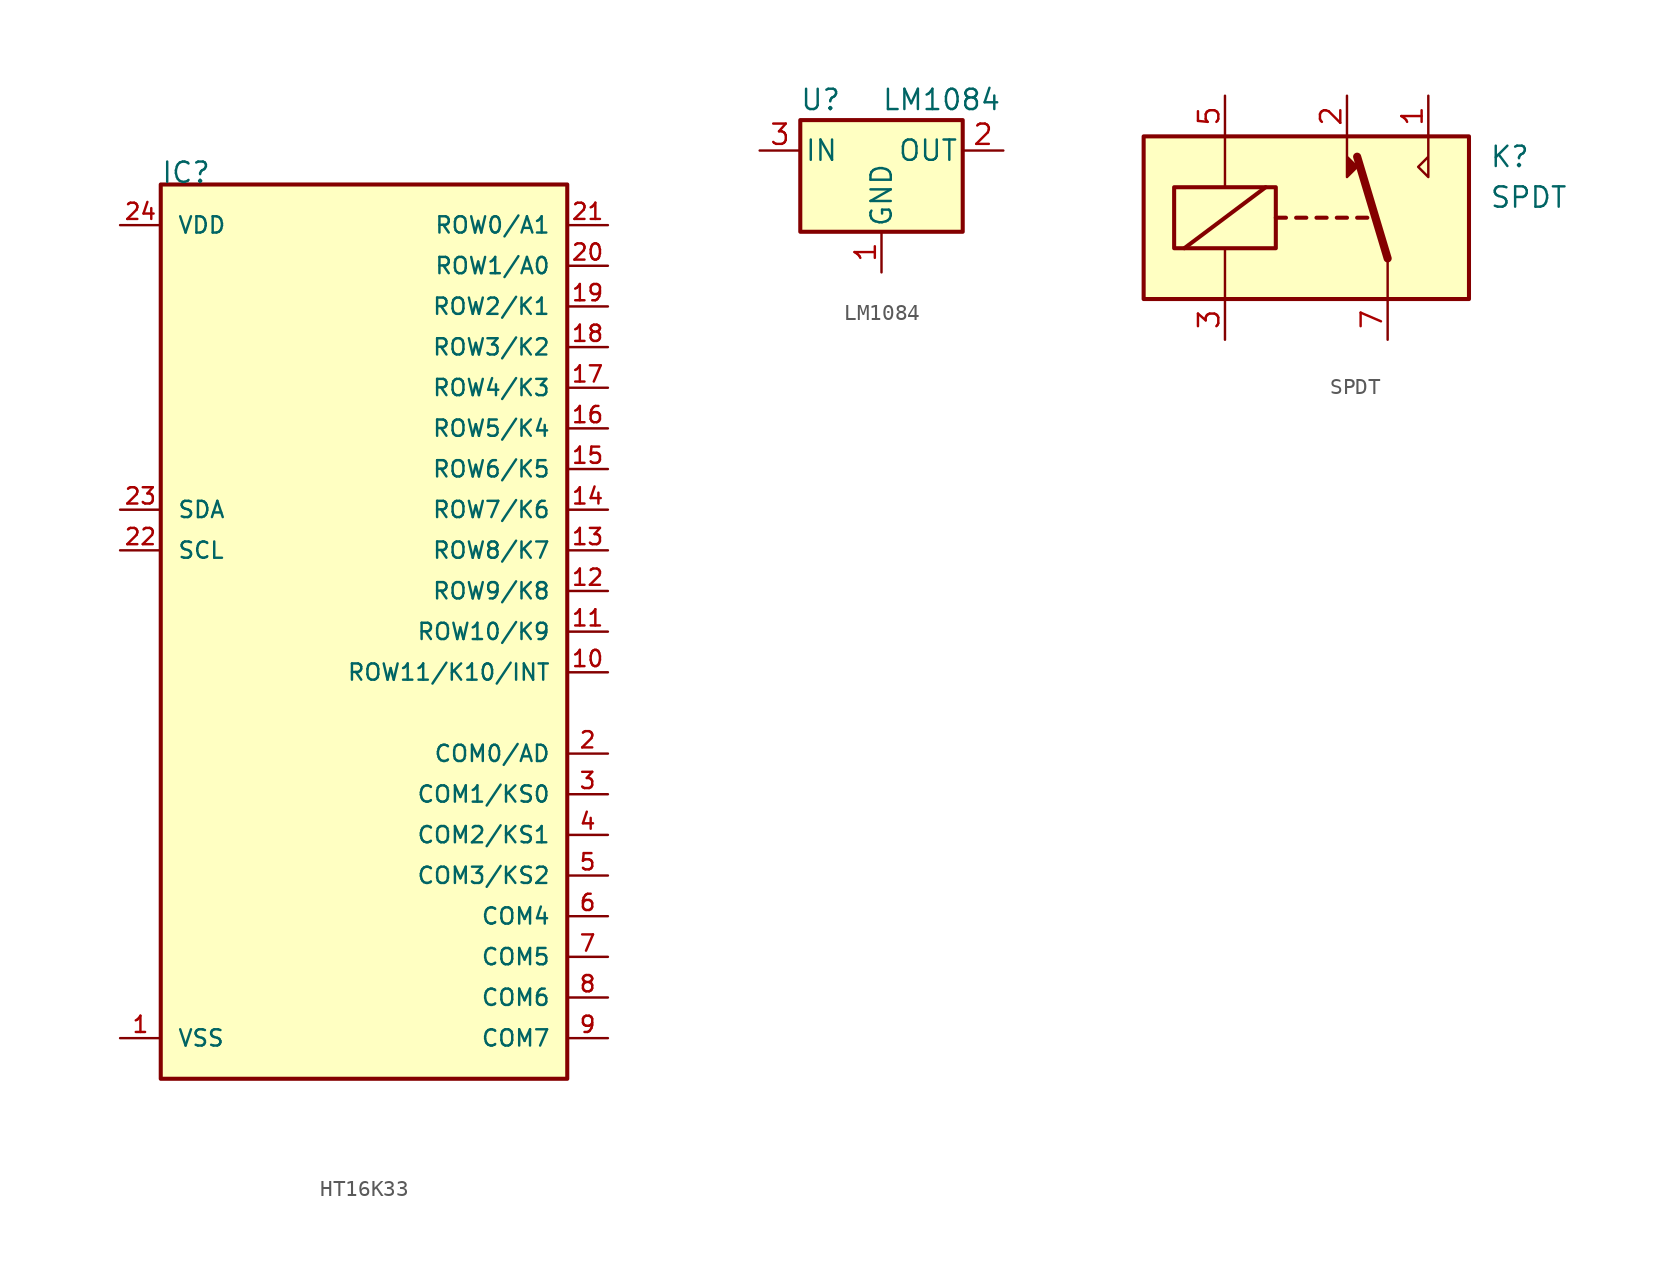
<source format=kicad_sym>
(kicad_symbol_lib
  (version 20231120)
  (generator "kicad_symbol_editor")
  (generator_version "8.0")
  (symbol "HT16K33"
    (pin_names
      (offset 1.016))
    (property "Reference" "IC"
      (at -12.7 27.94 0)
      (effects (font (size 1.27 1.27)) (justify left bottom)))
    (symbol "HT16K33_0_0"
      (rectangle (start -12.7 -27.94) (end 12.7 27.94) (stroke (width 0.254) (type default)) (fill (type background)))
      (pin bidirectional line (at -15.24 -25.4 0) (length 2.54) (name "VSS" (effects (font (size 1.016 1.016)))) (number "1" (effects (font (size 1.016 1.016)))))
      (pin bidirectional line (at 15.24 -2.54 180) (length 2.54) (name "ROW11/K10/INT" (effects (font (size 1.016 1.016)))) (number "10" (effects (font (size 1.016 1.016)))))
      (pin bidirectional line (at 15.24 0 180) (length 2.54) (name "ROW10/K9" (effects (font (size 1.016 1.016)))) (number "11" (effects (font (size 1.016 1.016)))))
      (pin bidirectional line (at 15.24 2.54 180) (length 2.54) (name "ROW9/K8" (effects (font (size 1.016 1.016)))) (number "12" (effects (font (size 1.016 1.016)))))
      (pin bidirectional line (at 15.24 5.08 180) (length 2.54) (name "ROW8/K7" (effects (font (size 1.016 1.016)))) (number "13" (effects (font (size 1.016 1.016)))))
      (pin bidirectional line (at 15.24 7.62 180) (length 2.54) (name "ROW7/K6" (effects (font (size 1.016 1.016)))) (number "14" (effects (font (size 1.016 1.016)))))
      (pin bidirectional line (at 15.24 10.16 180) (length 2.54) (name "ROW6/K5" (effects (font (size 1.016 1.016)))) (number "15" (effects (font (size 1.016 1.016)))))
      (pin bidirectional line (at 15.24 12.7 180) (length 2.54) (name "ROW5/K4" (effects (font (size 1.016 1.016)))) (number "16" (effects (font (size 1.016 1.016)))))
      (pin bidirectional line (at 15.24 15.24 180) (length 2.54) (name "ROW4/K3" (effects (font (size 1.016 1.016)))) (number "17" (effects (font (size 1.016 1.016)))))
      (pin bidirectional line (at 15.24 17.78 180) (length 2.54) (name "ROW3/K2" (effects (font (size 1.016 1.016)))) (number "18" (effects (font (size 1.016 1.016)))))
      (pin bidirectional line (at 15.24 20.32 180) (length 2.54) (name "ROW2/K1" (effects (font (size 1.016 1.016)))) (number "19" (effects (font (size 1.016 1.016)))))
      (pin bidirectional line (at 15.24 -7.62 180) (length 2.54) (name "COM0/AD" (effects (font (size 1.016 1.016)))) (number "2" (effects (font (size 1.016 1.016)))))
      (pin bidirectional line (at 15.24 22.86 180) (length 2.54) (name "ROW1/A0" (effects (font (size 1.016 1.016)))) (number "20" (effects (font (size 1.016 1.016)))))
      (pin bidirectional line (at 15.24 25.4 180) (length 2.54) (name "ROW0/A1" (effects (font (size 1.016 1.016)))) (number "21" (effects (font (size 1.016 1.016)))))
      (pin bidirectional line (at -15.24 5.08 0) (length 2.54) (name "SCL" (effects (font (size 1.016 1.016)))) (number "22" (effects (font (size 1.016 1.016)))))
      (pin bidirectional line (at -15.24 7.62 0) (length 2.54) (name "SDA" (effects (font (size 1.016 1.016)))) (number "23" (effects (font (size 1.016 1.016)))))
      (pin power_in line (at -15.24 25.4 0) (length 2.54) (name "VDD" (effects (font (size 1.016 1.016)))) (number "24" (effects (font (size 1.016 1.016)))))
      (pin bidirectional line (at 15.24 -10.16 180) (length 2.54) (name "COM1/KS0" (effects (font (size 1.016 1.016)))) (number "3" (effects (font (size 1.016 1.016)))))
      (pin bidirectional line (at 15.24 -12.7 180) (length 2.54) (name "COM2/KS1" (effects (font (size 1.016 1.016)))) (number "4" (effects (font (size 1.016 1.016)))))
      (pin bidirectional line (at 15.24 -15.24 180) (length 2.54) (name "COM3/KS2" (effects (font (size 1.016 1.016)))) (number "5" (effects (font (size 1.016 1.016)))))
      (pin bidirectional line (at 15.24 -17.78 180) (length 2.54) (name "COM4" (effects (font (size 1.016 1.016)))) (number "6" (effects (font (size 1.016 1.016)))))
      (pin bidirectional line (at 15.24 -20.32 180) (length 2.54) (name "COM5" (effects (font (size 1.016 1.016)))) (number "7" (effects (font (size 1.016 1.016)))))
      (pin bidirectional line (at 15.24 -22.86 180) (length 2.54) (name "COM6" (effects (font (size 1.016 1.016)))) (number "8" (effects (font (size 1.016 1.016)))))
      (pin bidirectional line (at 15.24 -25.4 180) (length 2.54) (name "COM7" (effects (font (size 1.016 1.016)))) (number "9" (effects (font (size 1.016 1.016)))))))
  (symbol "LM1084"
    (pin_names
      (offset 0.254))
    (property "Reference" "U"
      (at -3.81 3.175 0)
      (effects (font (size 1.27 1.27))))
    (property "Value" "LM1084"
      (at 0 3.175 0)
      (effects (font (size 1.27 1.27)) (justify left)))
    (symbol "LM1084_0_1"
      (rectangle (start -5.08 1.905) (end 5.08 -5.08) (stroke (width 0.254) (type default)) (fill (type background))))
    (symbol "LM1084_1_1"
      (pin power_in line (at 0 -7.62 90) (length 2.54) (name "GND" (effects (font (size 1.27 1.27)))) (number "1" (effects (font (size 1.27 1.27)))))
      (pin power_out line (at 7.62 0 180) (length 2.54) (name "OUT" (effects (font (size 1.27 1.27)))) (number "2" (effects (font (size 1.27 1.27)))))
      (pin power_in line (at -7.62 0 0) (length 2.54) (name "IN" (effects (font (size 1.27 1.27)))) (number "3" (effects (font (size 1.27 1.27)))))))
  (symbol "SPDT"
    (property "Reference" "K"
      (at 11.43 3.81 0)
      (effects (font (size 1.27 1.27)) (justify left)))
    (property "Value" "SPDT"
      (at 11.43 1.27 0)
      (effects (font (size 1.27 1.27)) (justify left)))
    (symbol "SPDT_0_0"
      (polyline (pts (xy 2.54 5.08) (xy 2.54 2.54) (xy 3.175 3.175) (xy 2.54 3.81)) (stroke (width 0) (type default)) (fill (type outline)))
      (polyline (pts (xy 7.62 5.08) (xy 7.62 2.54) (xy 6.985 3.175) (xy 7.62 3.81)) (stroke (width 0) (type default)) (fill (type none))))
    (symbol "SPDT_0_1"
      (rectangle (start -10.16 5.08) (end 10.16 -5.08) (stroke (width 0.254) (type default)) (fill (type background)))
      (rectangle (start -8.255 1.905) (end -1.905 -1.905) (stroke (width 0.254) (type default)) (fill (type none)))
      (polyline (pts (xy -7.62 -1.905) (xy -2.54 1.905)) (stroke (width 0.254) (type default)) (fill (type none)))
      (polyline (pts (xy -5.08 -5.08) (xy -5.08 -1.905)) (stroke (width 0) (type default)) (fill (type none)))
      (polyline (pts (xy -5.08 5.08) (xy -5.08 1.905)) (stroke (width 0) (type default)) (fill (type none)))
      (polyline (pts (xy -1.905 0) (xy -1.27 0)) (stroke (width 0.254) (type default)) (fill (type none)))
      (polyline (pts (xy -0.635 0) (xy 0 0)) (stroke (width 0.254) (type default)) (fill (type none)))
      (polyline (pts (xy 0.635 0) (xy 1.27 0)) (stroke (width 0.254) (type default)) (fill (type none)))
      (polyline (pts (xy 1.905 0) (xy 2.54 0)) (stroke (width 0.254) (type default)) (fill (type none)))
      (polyline (pts (xy 3.175 0) (xy 3.81 0)) (stroke (width 0.254) (type default)) (fill (type none)))
      (polyline (pts (xy 5.08 -2.54) (xy 3.175 3.81)) (stroke (width 0.508) (type default)) (fill (type none)))
      (polyline (pts (xy 5.08 -2.54) (xy 5.08 -5.08)) (stroke (width 0) (type default)) (fill (type none))))
    (symbol "SPDT_1_1"
      (pin passive line (at 7.62 7.62 270) (length 2.54) (name "~" (effects (font (size 1.27 1.27)))) (number "1" (effects (font (size 1.27 1.27)))))
      (pin passive line (at 2.54 7.62 270) (length 2.54) (name "~" (effects (font (size 1.27 1.27)))) (number "2" (effects (font (size 1.27 1.27)))))
      (pin passive line (at -5.08 -7.62 90) (length 2.54) (name "~" (effects (font (size 1.27 1.27)))) (number "3" (effects (font (size 1.27 1.27)))))
      (pin passive line (at -5.08 7.62 270) (length 2.54) (name "~" (effects (font (size 1.27 1.27)))) (number "5" (effects (font (size 1.27 1.27)))))
      (pin passive line (at 5.08 -7.62 90) (length 2.54) (name "~" (effects (font (size 1.27 1.27)))) (number "7" (effects (font (size 1.27 1.27))))))))
</source>
